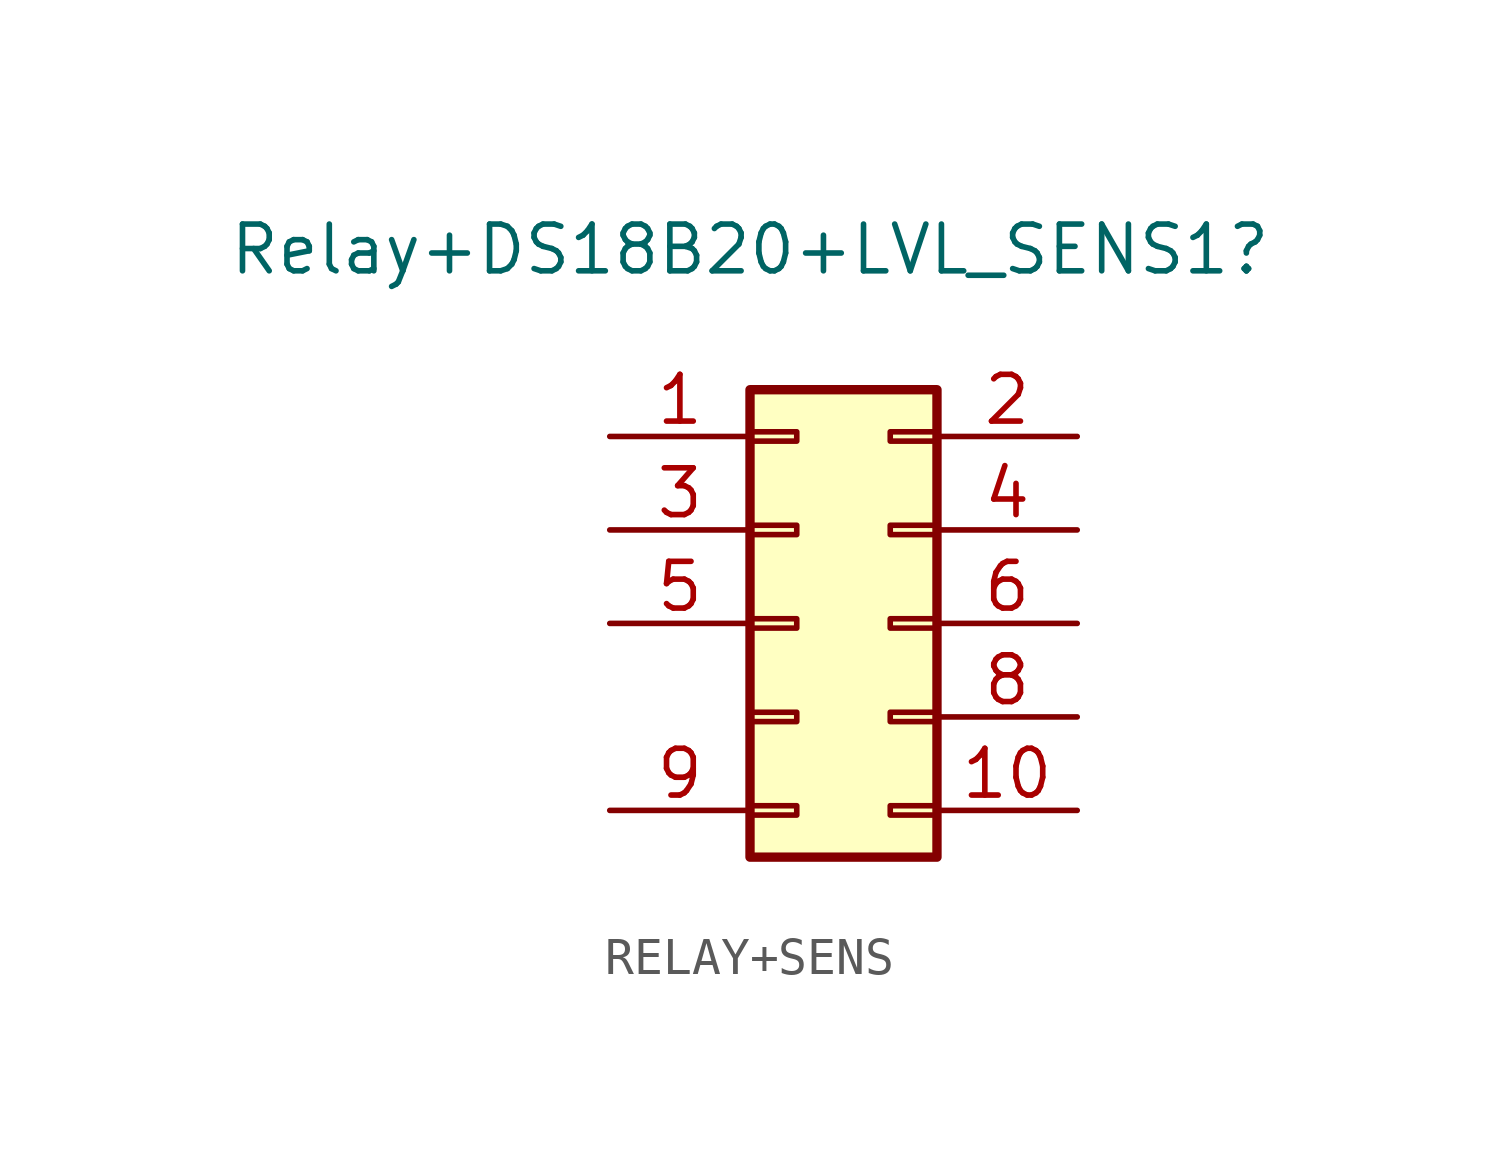
<source format=kicad_sym>
(kicad_symbol_lib
  (version 20211014)
  (generator kicad_symbol_editor)
  (symbol "RELAY+SENS"
    (pin_names
      (offset 1.016) hide)
    (property "Reference" "Relay+DS18B20+LVL_SENS1"
      (at -1.27 10.16 0)
      (effects (font (size 1.27 1.27))))
    (symbol "RELAY+SENS_1_1"
      (rectangle (start -1.27 -4.953) (end 0 -5.207) (stroke (width 0.152) (type default) (color 0 0 0 0)) (fill (type none)))
      (rectangle (start -1.27 -2.413) (end 0 -2.667) (stroke (width 0.152) (type default) (color 0 0 0 0)) (fill (type none)))
      (rectangle (start -1.27 0.127) (end 0 -0.127) (stroke (width 0.152) (type default) (color 0 0 0 0)) (fill (type none)))
      (rectangle (start -1.27 2.667) (end 0 2.413) (stroke (width 0.152) (type default) (color 0 0 0 0)) (fill (type none)))
      (rectangle (start -1.27 5.207) (end 0 4.953) (stroke (width 0.152) (type default) (color 0 0 0 0)) (fill (type none)))
      (rectangle (start -1.27 6.35) (end 3.81 -6.35) (stroke (width 0.254) (type default) (color 0 0 0 0)) (fill (type background)))
      (rectangle (start 3.81 -4.953) (end 2.54 -5.207) (stroke (width 0.152) (type default) (color 0 0 0 0)) (fill (type none)))
      (rectangle (start 3.81 -2.413) (end 2.54 -2.667) (stroke (width 0.152) (type default) (color 0 0 0 0)) (fill (type none)))
      (rectangle (start 3.81 0.127) (end 2.54 -0.127) (stroke (width 0.152) (type default) (color 0 0 0 0)) (fill (type none)))
      (rectangle (start 3.81 2.667) (end 2.54 2.413) (stroke (width 0.152) (type default) (color 0 0 0 0)) (fill (type none)))
      (rectangle (start 3.81 5.207) (end 2.54 4.953) (stroke (width 0.152) (type default) (color 0 0 0 0)) (fill (type none)))
      (pin passive line (at -5.08 5.08 0) (length 3.81) (name "Pin_1" (effects (font (size 1.27 1.27)))) (number "1" (effects (font (size 1.27 1.27)))))
      (pin passive line (at 7.62 -5.08 180) (length 3.81) (name "Pin_10" (effects (font (size 1.27 1.27)))) (number "10" (effects (font (size 1.27 1.27)))))
      (pin passive line (at 7.62 5.08 180) (length 3.81) (name "Pin_2" (effects (font (size 1.27 1.27)))) (number "2" (effects (font (size 1.27 1.27)))))
      (pin passive line (at -5.08 2.54 0) (length 3.81) (name "Pin_3" (effects (font (size 1.27 1.27)))) (number "3" (effects (font (size 1.27 1.27)))))
      (pin passive line (at 7.62 2.54 180) (length 3.81) (name "Pin_4" (effects (font (size 1.27 1.27)))) (number "4" (effects (font (size 1.27 1.27)))))
      (pin passive line (at -5.08 0 0) (length 3.81) (name "Pin_5" (effects (font (size 1.27 1.27)))) (number "5" (effects (font (size 1.27 1.27)))))
      (pin passive line (at 7.62 0 180) (length 3.81) (name "Pin_6" (effects (font (size 1.27 1.27)))) (number "6" (effects (font (size 1.27 1.27)))))
      (pin passive line (at 7.62 -2.54 180) (length 3.81) (name "Pin_8" (effects (font (size 1.27 1.27)))) (number "8" (effects (font (size 1.27 1.27)))))
      (pin passive line (at -5.08 -5.08 0) (length 3.81) (name "Pin_9" (effects (font (size 1.27 1.27)))) (number "9" (effects (font (size 1.27 1.27))))))))
</source>
